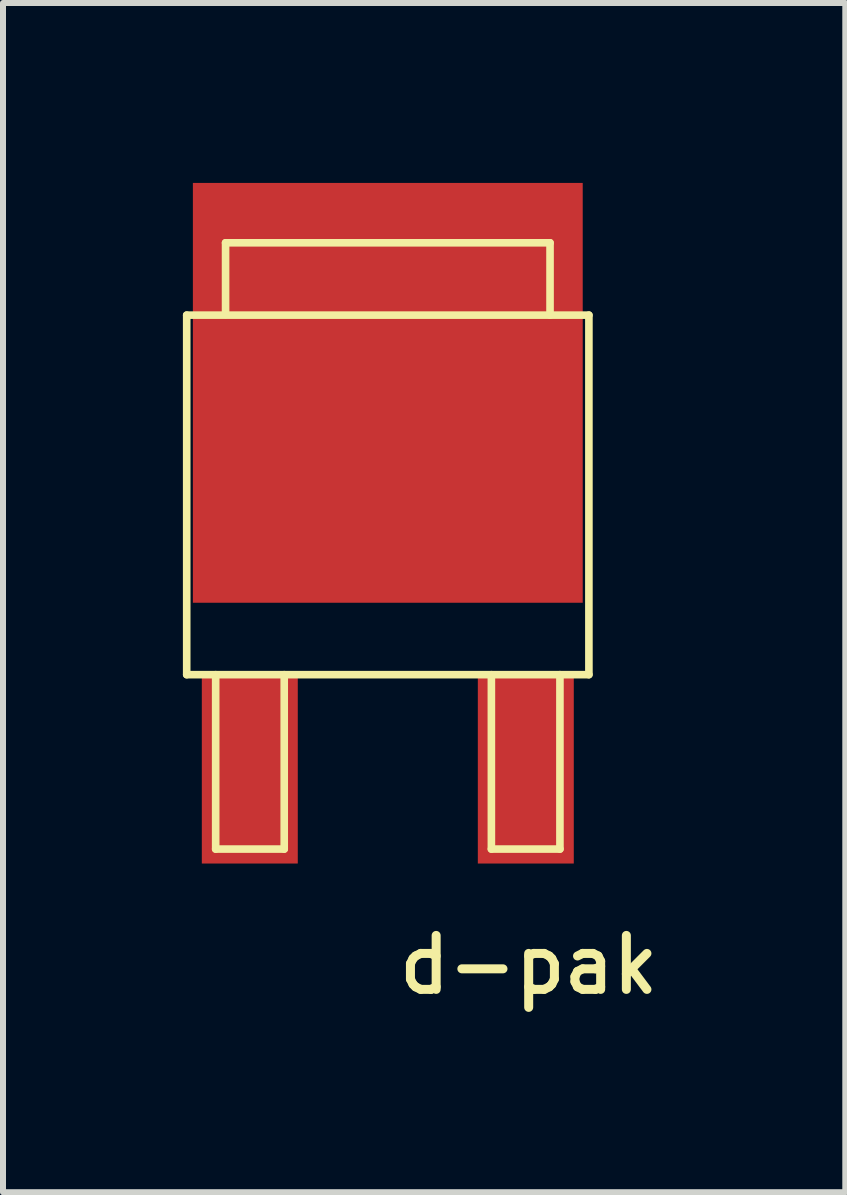
<source format=kicad_pcb>
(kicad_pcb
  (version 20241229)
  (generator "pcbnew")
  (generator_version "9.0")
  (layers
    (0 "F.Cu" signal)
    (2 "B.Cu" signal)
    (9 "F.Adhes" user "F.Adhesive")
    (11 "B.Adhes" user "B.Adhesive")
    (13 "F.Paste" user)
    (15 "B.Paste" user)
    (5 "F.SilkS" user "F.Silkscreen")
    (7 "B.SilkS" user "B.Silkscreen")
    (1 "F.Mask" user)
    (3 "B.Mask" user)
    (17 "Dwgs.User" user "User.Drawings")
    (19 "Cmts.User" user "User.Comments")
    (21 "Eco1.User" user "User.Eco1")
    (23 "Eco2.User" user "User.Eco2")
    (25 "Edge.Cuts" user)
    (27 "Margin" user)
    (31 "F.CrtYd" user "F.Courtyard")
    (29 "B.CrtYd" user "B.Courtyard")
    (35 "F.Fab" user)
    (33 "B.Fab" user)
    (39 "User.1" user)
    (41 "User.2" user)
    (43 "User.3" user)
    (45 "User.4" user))
  (footprint "d-pak"
    (layer "F.Cu")
    (at 3.416 4.719)
    (property "Reference" "d-pak" (at 2.349 8.319 0) (layer "F.SilkS") (effects (font (size 0.9 0.9) (thickness 0.15))))
    (attr through_hole)
    (fp_line (start -3.353 -2.515) (end -3.353 3.48) (stroke (width 0.127) (type solid)) (layer "F.SilkS"))
    (fp_line (start -2.87 3.48) (end -2.87 6.388) (stroke (width 0.127) (type solid)) (layer "F.SilkS"))
    (fp_line (start -2.87 6.388) (end -1.727 6.388) (stroke (width 0.127) (type solid)) (layer "F.SilkS"))
    (fp_line (start -2.705 -3.721) (end 2.705 -3.721) (stroke (width 0.127) (type solid)) (layer "F.SilkS"))
    (fp_line (start -2.705 -2.527) (end -2.705 -3.721) (stroke (width 0.127) (type solid)) (layer "F.SilkS"))
    (fp_line (start -1.727 6.388) (end -1.727 3.48) (stroke (width 0.127) (type solid)) (layer "F.SilkS"))
    (fp_line (start 1.727 3.48) (end 1.727 6.388) (stroke (width 0.127) (type solid)) (layer "F.SilkS"))
    (fp_line (start 1.727 6.388) (end 2.87 6.388) (stroke (width 0.127) (type solid)) (layer "F.SilkS"))
    (fp_line (start 2.705 -3.721) (end 2.705 -2.515) (stroke (width 0.127) (type solid)) (layer "F.SilkS"))
    (fp_line (start 2.87 6.388) (end 2.87 3.48) (stroke (width 0.127) (type solid)) (layer "F.SilkS"))
    (fp_line (start 3.353 -2.515) (end -3.353 -2.515) (stroke (width 0.127) (type solid)) (layer "F.SilkS"))
    (fp_line (start 3.353 3.48) (end -3.353 3.48) (stroke (width 0.127) (type solid)) (layer "F.SilkS"))
    (fp_line (start 3.353 3.48) (end 3.353 -2.515) (stroke (width 0.127) (type solid)) (layer "F.SilkS"))
    (pad "1" smd rect (at -2.301 5.029) (size 1.6 3.2) (layers "F.Cu" "F.Mask" "F.Paste"))
    (pad "2" smd rect (at 0 -1.219) (size 6.5 7) (layers "F.Cu" "F.Mask" "F.Paste"))
    (pad "3" smd rect (at 2.301 5.029) (size 1.6 3.2) (layers "F.Cu" "F.Mask" "F.Paste")))
  (gr_rect
    (start -3 -3)
    (end 11.044 16.828)
    (stroke (width 0.1) (type default))
    (fill no)
    (layer "Edge.Cuts")))
</source>
